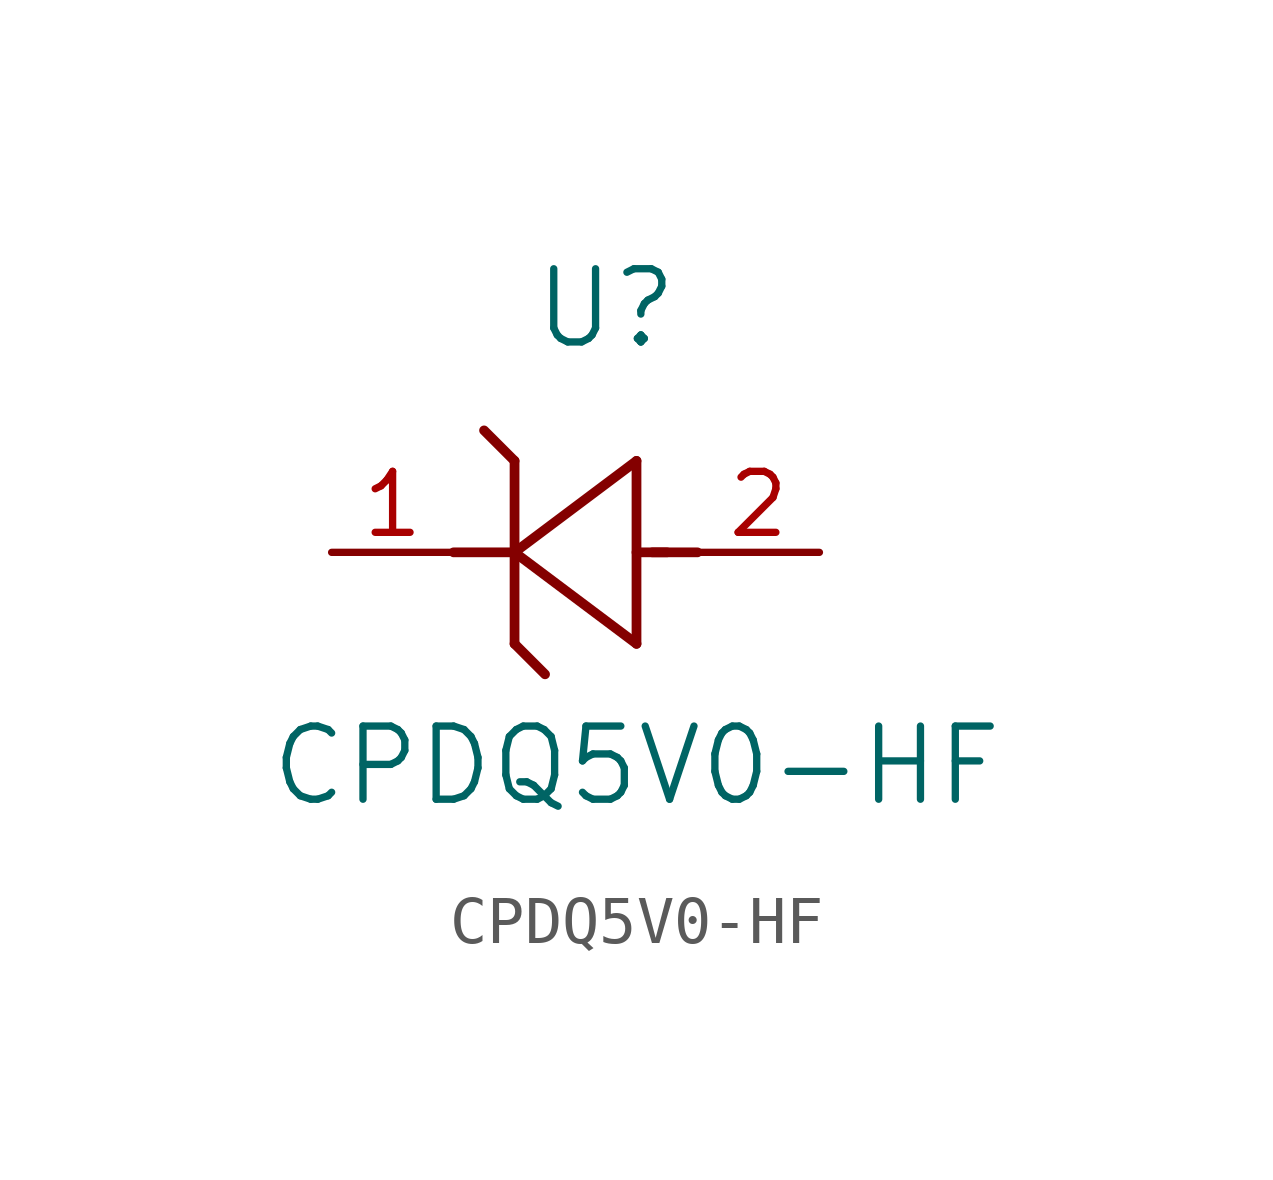
<source format=kicad_sym>
(kicad_symbol_lib
  (version 20211014)
  (generator kicad_symbol_editor)
  (symbol "CPDQ5V0-HF"
    (pin_names
      (offset 0.254))
    (property "Reference" "U"
      (at 5.715 5.08 0)
      (effects (font (size 1.524 1.524))))
    (property "Value" "CPDQ5V0-HF"
      (at 6.35 -4.445 0)
      (effects (font (size 1.524 1.524))))
    (symbol "CPDQ5V0-HF_0_1"
      (polyline (pts (xy 7.62 0) (xy 6.68 0)) (stroke (width 0.203) (type default) (color 0 0 0 0)) (fill (type none)))
      (polyline (pts (xy 6.35 -1.905) (xy 6.35 1.905)) (stroke (width 0.203) (type default) (color 0 0 0 0)) (fill (type none)))
      (polyline (pts (xy 6.985 0) (xy 6.35 0)) (stroke (width 0.203) (type default) (color 0 0 0 0)) (fill (type none)))
      (polyline (pts (xy 3.81 1.905) (xy 3.81 -1.905)) (stroke (width 0.203) (type default) (color 0 0 0 0)) (fill (type none)))
      (polyline (pts (xy 2.54 0) (xy 3.81 0)) (stroke (width 0.203) (type default) (color 0 0 0 0)) (fill (type none)))
      (polyline (pts (xy 3.81 0) (xy 6.35 -1.905)) (stroke (width 0.203) (type default) (color 0 0 0 0)) (fill (type none)))
      (polyline (pts (xy 6.35 1.905) (xy 3.81 0)) (stroke (width 0.203) (type default) (color 0 0 0 0)) (fill (type none)))
      (polyline (pts (xy 4.445 -2.54) (xy 3.81 -1.905)) (stroke (width 0.203) (type default) (color 0 0 0 0)) (fill (type none)))
      (polyline (pts (xy 3.175 2.54) (xy 3.81 1.905)) (stroke (width 0.203) (type default) (color 0 0 0 0)) (fill (type none)))
      (pin unspecified line (at 0 0 0) (length 2.54) (name "" (effects (font (size 1.27 1.27)))) (number "1" (effects (font (size 1.27 1.27)))))
      (pin unspecified line (at 10.16 0 180) (length 2.54) (name "" (effects (font (size 1.27 1.27)))) (number "2" (effects (font (size 1.27 1.27))))))))
</source>
